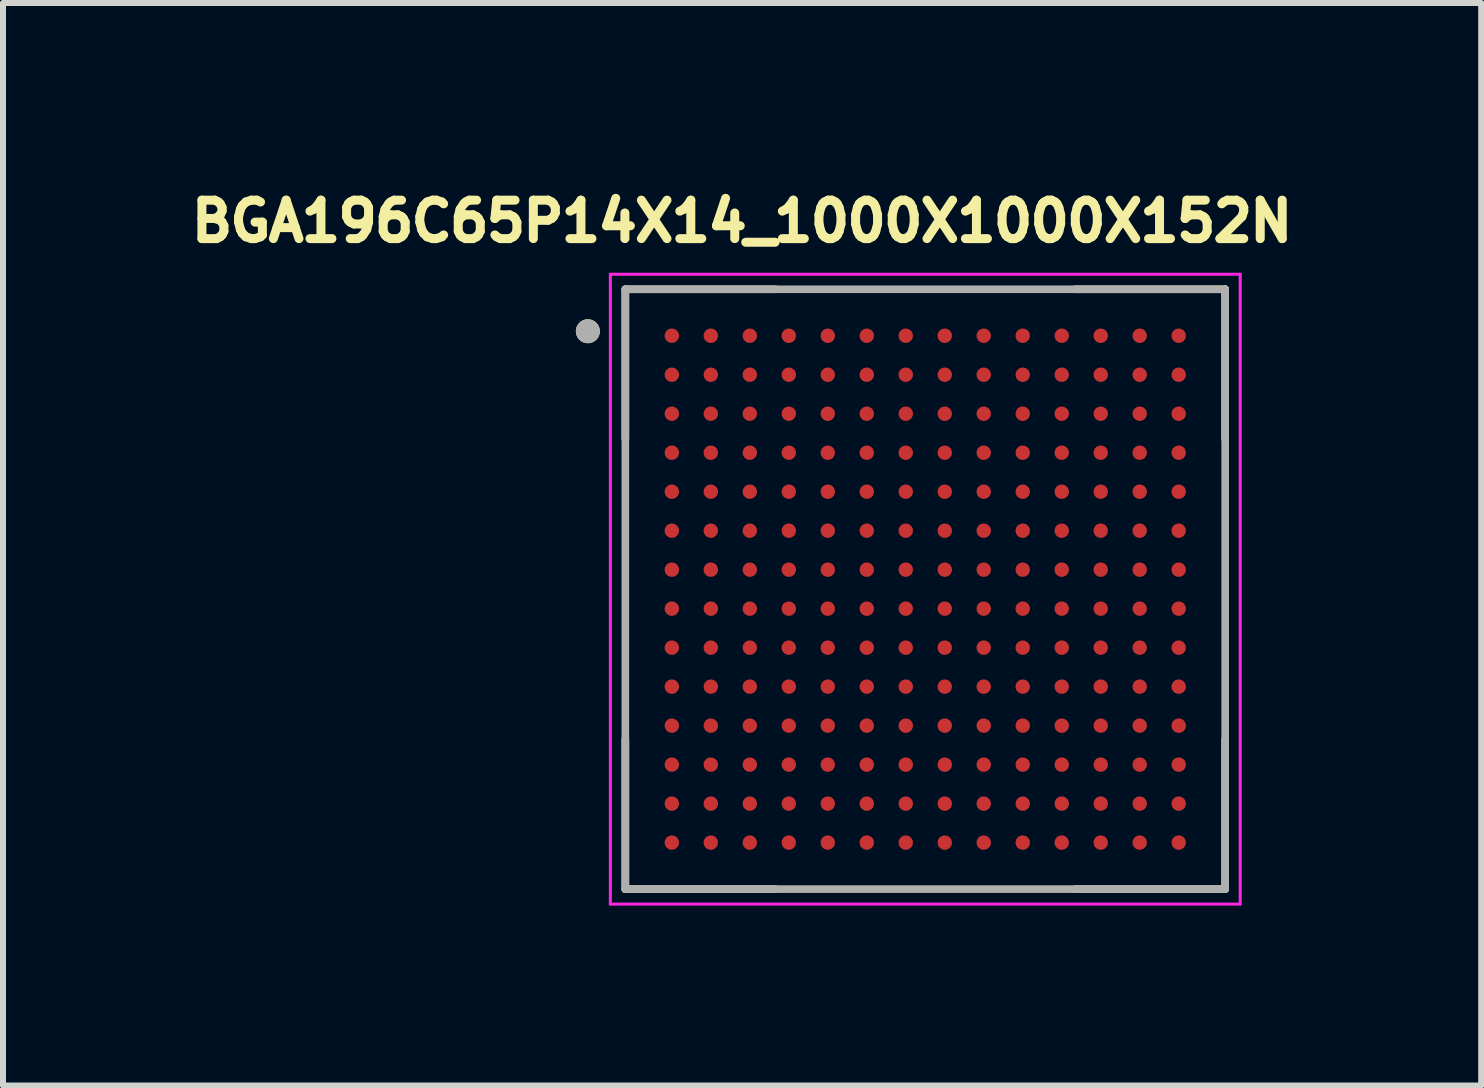
<source format=kicad_pcb>
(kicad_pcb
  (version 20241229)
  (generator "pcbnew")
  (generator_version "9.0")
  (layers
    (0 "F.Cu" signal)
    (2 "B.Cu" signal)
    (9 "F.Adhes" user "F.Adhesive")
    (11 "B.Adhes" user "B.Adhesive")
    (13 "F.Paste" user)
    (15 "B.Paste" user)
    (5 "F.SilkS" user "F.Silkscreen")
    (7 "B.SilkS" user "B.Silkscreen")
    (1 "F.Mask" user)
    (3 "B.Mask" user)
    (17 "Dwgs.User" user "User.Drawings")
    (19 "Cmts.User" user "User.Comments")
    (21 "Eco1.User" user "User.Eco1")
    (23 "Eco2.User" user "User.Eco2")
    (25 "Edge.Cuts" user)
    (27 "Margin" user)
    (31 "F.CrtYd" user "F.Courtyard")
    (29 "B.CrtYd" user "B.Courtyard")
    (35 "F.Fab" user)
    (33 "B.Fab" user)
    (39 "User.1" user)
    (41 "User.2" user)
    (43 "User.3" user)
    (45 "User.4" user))
  (footprint "BGA196C65P14X14_1000X1000X152N"
    (layer "F.Cu")
    (at 12.375 6.772)
    (property "Reference" "BGA196C65P14X14_1000X1000X152N" (at -3.054 -6.133 0) (layer "F.SilkS") (effects (font (size 0.641 0.641) (thickness 0.15))))
    (attr through_hole)
    (fp_line (start -5 -5) (end -5 -2.5) (stroke (width 0.127) (type solid)) (layer "F.SilkS"))
    (fp_line (start -5 -5) (end -2.5 -5) (stroke (width 0.127) (type solid)) (layer "F.SilkS"))
    (fp_line (start -5 5) (end -5 2.5) (stroke (width 0.127) (type solid)) (layer "F.SilkS"))
    (fp_line (start -2.5 5) (end -5 5) (stroke (width 0.127) (type solid)) (layer "F.SilkS"))
    (fp_line (start 2.5 -5) (end 5 -5) (stroke (width 0.127) (type solid)) (layer "F.SilkS"))
    (fp_line (start 5 -5) (end 5 -2.5) (stroke (width 0.127) (type solid)) (layer "F.SilkS"))
    (fp_line (start 5 2.5) (end 5 5) (stroke (width 0.127) (type solid)) (layer "F.SilkS"))
    (fp_line (start 5 5) (end 2.5 5) (stroke (width 0.127) (type solid)) (layer "F.SilkS"))
    (fp_circle (center -5.625 -4.3) (end -5.525 -4.3) (stroke (width 0.2) (type solid)) (fill no) (layer "F.SilkS"))
    (fp_line (start -5.25 -5.25) (end -5.25 5.25) (stroke (width 0.05) (type solid)) (layer "F.CrtYd"))
    (fp_line (start -5.25 5.25) (end 5.25 5.25) (stroke (width 0.05) (type solid)) (layer "F.CrtYd"))
    (fp_line (start 5.25 -5.25) (end -5.25 -5.25) (stroke (width 0.05) (type solid)) (layer "F.CrtYd"))
    (fp_line (start 5.25 5.25) (end 5.25 -5.25) (stroke (width 0.05) (type solid)) (layer "F.CrtYd"))
    (fp_line (start -5 -5) (end 5 -5) (stroke (width 0.127) (type solid)) (layer "F.Fab"))
    (fp_line (start -5 5) (end -5 -5) (stroke (width 0.127) (type solid)) (layer "F.Fab"))
    (fp_line (start 5 -5) (end 5 5) (stroke (width 0.127) (type solid)) (layer "F.Fab"))
    (fp_line (start 5 5) (end -5 5) (stroke (width 0.127) (type solid)) (layer "F.Fab"))
    (fp_circle (center -5.625 -4.3) (end -5.525 -4.3) (stroke (width 0.2) (type solid)) (fill no) (layer "F.Fab"))
    (pad "A1" smd circle (at -4.225 -4.225) (size 0.24 0.24) (layers "F.Cu" "F.Mask" "F.Paste"))
    (pad "A2" smd circle (at -3.575 -4.225) (size 0.24 0.24) (layers "F.Cu" "F.Mask" "F.Paste"))
    (pad "A3" smd circle (at -2.925 -4.225) (size 0.24 0.24) (layers "F.Cu" "F.Mask" "F.Paste"))
    (pad "A4" smd circle (at -2.275 -4.225) (size 0.24 0.24) (layers "F.Cu" "F.Mask" "F.Paste"))
    (pad "A5" smd circle (at -1.625 -4.225) (size 0.24 0.24) (layers "F.Cu" "F.Mask" "F.Paste"))
    (pad "A6" smd circle (at -0.975 -4.225) (size 0.24 0.24) (layers "F.Cu" "F.Mask" "F.Paste"))
    (pad "A7" smd circle (at -0.325 -4.225) (size 0.24 0.24) (layers "F.Cu" "F.Mask" "F.Paste"))
    (pad "A8" smd circle (at 0.325 -4.225) (size 0.24 0.24) (layers "F.Cu" "F.Mask" "F.Paste"))
    (pad "A9" smd circle (at 0.975 -4.225) (size 0.24 0.24) (layers "F.Cu" "F.Mask" "F.Paste"))
    (pad "A10" smd circle (at 1.625 -4.225) (size 0.24 0.24) (layers "F.Cu" "F.Mask" "F.Paste"))
    (pad "A11" smd circle (at 2.275 -4.225) (size 0.24 0.24) (layers "F.Cu" "F.Mask" "F.Paste"))
    (pad "A12" smd circle (at 2.925 -4.225) (size 0.24 0.24) (layers "F.Cu" "F.Mask" "F.Paste"))
    (pad "A13" smd circle (at 3.575 -4.225) (size 0.24 0.24) (layers "F.Cu" "F.Mask" "F.Paste"))
    (pad "A14" smd circle (at 4.225 -4.225) (size 0.24 0.24) (layers "F.Cu" "F.Mask" "F.Paste"))
    (pad "B1" smd circle (at -4.225 -3.575) (size 0.24 0.24) (layers "F.Cu" "F.Mask" "F.Paste"))
    (pad "B2" smd circle (at -3.575 -3.575) (size 0.24 0.24) (layers "F.Cu" "F.Mask" "F.Paste"))
    (pad "B3" smd circle (at -2.925 -3.575) (size 0.24 0.24) (layers "F.Cu" "F.Mask" "F.Paste"))
    (pad "B4" smd circle (at -2.275 -3.575) (size 0.24 0.24) (layers "F.Cu" "F.Mask" "F.Paste"))
    (pad "B5" smd circle (at -1.625 -3.575) (size 0.24 0.24) (layers "F.Cu" "F.Mask" "F.Paste"))
    (pad "B6" smd circle (at -0.975 -3.575) (size 0.24 0.24) (layers "F.Cu" "F.Mask" "F.Paste"))
    (pad "B7" smd circle (at -0.325 -3.575) (size 0.24 0.24) (layers "F.Cu" "F.Mask" "F.Paste"))
    (pad "B8" smd circle (at 0.325 -3.575) (size 0.24 0.24) (layers "F.Cu" "F.Mask" "F.Paste"))
    (pad "B9" smd circle (at 0.975 -3.575) (size 0.24 0.24) (layers "F.Cu" "F.Mask" "F.Paste"))
    (pad "B10" smd circle (at 1.625 -3.575) (size 0.24 0.24) (layers "F.Cu" "F.Mask" "F.Paste"))
    (pad "B11" smd circle (at 2.275 -3.575) (size 0.24 0.24) (layers "F.Cu" "F.Mask" "F.Paste"))
    (pad "B12" smd circle (at 2.925 -3.575) (size 0.24 0.24) (layers "F.Cu" "F.Mask" "F.Paste"))
    (pad "B13" smd circle (at 3.575 -3.575) (size 0.24 0.24) (layers "F.Cu" "F.Mask" "F.Paste"))
    (pad "B14" smd circle (at 4.225 -3.575) (size 0.24 0.24) (layers "F.Cu" "F.Mask" "F.Paste"))
    (pad "C1" smd circle (at -4.225 -2.925) (size 0.24 0.24) (layers "F.Cu" "F.Mask" "F.Paste"))
    (pad "C2" smd circle (at -3.575 -2.925) (size 0.24 0.24) (layers "F.Cu" "F.Mask" "F.Paste"))
    (pad "C3" smd circle (at -2.925 -2.925) (size 0.24 0.24) (layers "F.Cu" "F.Mask" "F.Paste"))
    (pad "C4" smd circle (at -2.275 -2.925) (size 0.24 0.24) (layers "F.Cu" "F.Mask" "F.Paste"))
    (pad "C5" smd circle (at -1.625 -2.925) (size 0.24 0.24) (layers "F.Cu" "F.Mask" "F.Paste"))
    (pad "C6" smd circle (at -0.975 -2.925) (size 0.24 0.24) (layers "F.Cu" "F.Mask" "F.Paste"))
    (pad "C7" smd circle (at -0.325 -2.925) (size 0.24 0.24) (layers "F.Cu" "F.Mask" "F.Paste"))
    (pad "C8" smd circle (at 0.325 -2.925) (size 0.24 0.24) (layers "F.Cu" "F.Mask" "F.Paste"))
    (pad "C9" smd circle (at 0.975 -2.925) (size 0.24 0.24) (layers "F.Cu" "F.Mask" "F.Paste"))
    (pad "C10" smd circle (at 1.625 -2.925) (size 0.24 0.24) (layers "F.Cu" "F.Mask" "F.Paste"))
    (pad "C11" smd circle (at 2.275 -2.925) (size 0.24 0.24) (layers "F.Cu" "F.Mask" "F.Paste"))
    (pad "C12" smd circle (at 2.925 -2.925) (size 0.24 0.24) (layers "F.Cu" "F.Mask" "F.Paste"))
    (pad "C13" smd circle (at 3.575 -2.925) (size 0.24 0.24) (layers "F.Cu" "F.Mask" "F.Paste"))
    (pad "C14" smd circle (at 4.225 -2.925) (size 0.24 0.24) (layers "F.Cu" "F.Mask" "F.Paste"))
    (pad "D1" smd circle (at -4.225 -2.275) (size 0.24 0.24) (layers "F.Cu" "F.Mask" "F.Paste"))
    (pad "D2" smd circle (at -3.575 -2.275) (size 0.24 0.24) (layers "F.Cu" "F.Mask" "F.Paste"))
    (pad "D3" smd circle (at -2.925 -2.275) (size 0.24 0.24) (layers "F.Cu" "F.Mask" "F.Paste"))
    (pad "D4" smd circle (at -2.275 -2.275) (size 0.24 0.24) (layers "F.Cu" "F.Mask" "F.Paste"))
    (pad "D5" smd circle (at -1.625 -2.275) (size 0.24 0.24) (layers "F.Cu" "F.Mask" "F.Paste"))
    (pad "D6" smd circle (at -0.975 -2.275) (size 0.24 0.24) (layers "F.Cu" "F.Mask" "F.Paste"))
    (pad "D7" smd circle (at -0.325 -2.275) (size 0.24 0.24) (layers "F.Cu" "F.Mask" "F.Paste"))
    (pad "D8" smd circle (at 0.325 -2.275) (size 0.24 0.24) (layers "F.Cu" "F.Mask" "F.Paste"))
    (pad "D9" smd circle (at 0.975 -2.275) (size 0.24 0.24) (layers "F.Cu" "F.Mask" "F.Paste"))
    (pad "D10" smd circle (at 1.625 -2.275) (size 0.24 0.24) (layers "F.Cu" "F.Mask" "F.Paste"))
    (pad "D11" smd circle (at 2.275 -2.275) (size 0.24 0.24) (layers "F.Cu" "F.Mask" "F.Paste"))
    (pad "D12" smd circle (at 2.925 -2.275) (size 0.24 0.24) (layers "F.Cu" "F.Mask" "F.Paste"))
    (pad "D13" smd circle (at 3.575 -2.275) (size 0.24 0.24) (layers "F.Cu" "F.Mask" "F.Paste"))
    (pad "D14" smd circle (at 4.225 -2.275) (size 0.24 0.24) (layers "F.Cu" "F.Mask" "F.Paste"))
    (pad "E1" smd circle (at -4.225 -1.625) (size 0.24 0.24) (layers "F.Cu" "F.Mask" "F.Paste"))
    (pad "E2" smd circle (at -3.575 -1.625) (size 0.24 0.24) (layers "F.Cu" "F.Mask" "F.Paste"))
    (pad "E3" smd circle (at -2.925 -1.625) (size 0.24 0.24) (layers "F.Cu" "F.Mask" "F.Paste"))
    (pad "E4" smd circle (at -2.275 -1.625) (size 0.24 0.24) (layers "F.Cu" "F.Mask" "F.Paste"))
    (pad "E5" smd circle (at -1.625 -1.625) (size 0.24 0.24) (layers "F.Cu" "F.Mask" "F.Paste"))
    (pad "E6" smd circle (at -0.975 -1.625) (size 0.24 0.24) (layers "F.Cu" "F.Mask" "F.Paste"))
    (pad "E7" smd circle (at -0.325 -1.625) (size 0.24 0.24) (layers "F.Cu" "F.Mask" "F.Paste"))
    (pad "E8" smd circle (at 0.325 -1.625) (size 0.24 0.24) (layers "F.Cu" "F.Mask" "F.Paste"))
    (pad "E9" smd circle (at 0.975 -1.625) (size 0.24 0.24) (layers "F.Cu" "F.Mask" "F.Paste"))
    (pad "E10" smd circle (at 1.625 -1.625) (size 0.24 0.24) (layers "F.Cu" "F.Mask" "F.Paste"))
    (pad "E11" smd circle (at 2.275 -1.625) (size 0.24 0.24) (layers "F.Cu" "F.Mask" "F.Paste"))
    (pad "E12" smd circle (at 2.925 -1.625) (size 0.24 0.24) (layers "F.Cu" "F.Mask" "F.Paste"))
    (pad "E13" smd circle (at 3.575 -1.625) (size 0.24 0.24) (layers "F.Cu" "F.Mask" "F.Paste"))
    (pad "E14" smd circle (at 4.225 -1.625) (size 0.24 0.24) (layers "F.Cu" "F.Mask" "F.Paste"))
    (pad "F1" smd circle (at -4.225 -0.975) (size 0.24 0.24) (layers "F.Cu" "F.Mask" "F.Paste"))
    (pad "F2" smd circle (at -3.575 -0.975) (size 0.24 0.24) (layers "F.Cu" "F.Mask" "F.Paste"))
    (pad "F3" smd circle (at -2.925 -0.975) (size 0.24 0.24) (layers "F.Cu" "F.Mask" "F.Paste"))
    (pad "F4" smd circle (at -2.275 -0.975) (size 0.24 0.24) (layers "F.Cu" "F.Mask" "F.Paste"))
    (pad "F5" smd circle (at -1.625 -0.975) (size 0.24 0.24) (layers "F.Cu" "F.Mask" "F.Paste"))
    (pad "F6" smd circle (at -0.975 -0.975) (size 0.24 0.24) (layers "F.Cu" "F.Mask" "F.Paste"))
    (pad "F7" smd circle (at -0.325 -0.975) (size 0.24 0.24) (layers "F.Cu" "F.Mask" "F.Paste"))
    (pad "F8" smd circle (at 0.325 -0.975) (size 0.24 0.24) (layers "F.Cu" "F.Mask" "F.Paste"))
    (pad "F9" smd circle (at 0.975 -0.975) (size 0.24 0.24) (layers "F.Cu" "F.Mask" "F.Paste"))
    (pad "F10" smd circle (at 1.625 -0.975) (size 0.24 0.24) (layers "F.Cu" "F.Mask" "F.Paste"))
    (pad "F11" smd circle (at 2.275 -0.975) (size 0.24 0.24) (layers "F.Cu" "F.Mask" "F.Paste"))
    (pad "F12" smd circle (at 2.925 -0.975) (size 0.24 0.24) (layers "F.Cu" "F.Mask" "F.Paste"))
    (pad "F13" smd circle (at 3.575 -0.975) (size 0.24 0.24) (layers "F.Cu" "F.Mask" "F.Paste"))
    (pad "F14" smd circle (at 4.225 -0.975) (size 0.24 0.24) (layers "F.Cu" "F.Mask" "F.Paste"))
    (pad "G1" smd circle (at -4.225 -0.325) (size 0.24 0.24) (layers "F.Cu" "F.Mask" "F.Paste"))
    (pad "G2" smd circle (at -3.575 -0.325) (size 0.24 0.24) (layers "F.Cu" "F.Mask" "F.Paste"))
    (pad "G3" smd circle (at -2.925 -0.325) (size 0.24 0.24) (layers "F.Cu" "F.Mask" "F.Paste"))
    (pad "G4" smd circle (at -2.275 -0.325) (size 0.24 0.24) (layers "F.Cu" "F.Mask" "F.Paste"))
    (pad "G5" smd circle (at -1.625 -0.325) (size 0.24 0.24) (layers "F.Cu" "F.Mask" "F.Paste"))
    (pad "G6" smd circle (at -0.975 -0.325) (size 0.24 0.24) (layers "F.Cu" "F.Mask" "F.Paste"))
    (pad "G7" smd circle (at -0.325 -0.325) (size 0.24 0.24) (layers "F.Cu" "F.Mask" "F.Paste"))
    (pad "G8" smd circle (at 0.325 -0.325) (size 0.24 0.24) (layers "F.Cu" "F.Mask" "F.Paste"))
    (pad "G9" smd circle (at 0.975 -0.325) (size 0.24 0.24) (layers "F.Cu" "F.Mask" "F.Paste"))
    (pad "G10" smd circle (at 1.625 -0.325) (size 0.24 0.24) (layers "F.Cu" "F.Mask" "F.Paste"))
    (pad "G11" smd circle (at 2.275 -0.325) (size 0.24 0.24) (layers "F.Cu" "F.Mask" "F.Paste"))
    (pad "G12" smd circle (at 2.925 -0.325) (size 0.24 0.24) (layers "F.Cu" "F.Mask" "F.Paste"))
    (pad "G13" smd circle (at 3.575 -0.325) (size 0.24 0.24) (layers "F.Cu" "F.Mask" "F.Paste"))
    (pad "G14" smd circle (at 4.225 -0.325) (size 0.24 0.24) (layers "F.Cu" "F.Mask" "F.Paste"))
    (pad "H1" smd circle (at -4.225 0.325) (size 0.24 0.24) (layers "F.Cu" "F.Mask" "F.Paste"))
    (pad "H2" smd circle (at -3.575 0.325) (size 0.24 0.24) (layers "F.Cu" "F.Mask" "F.Paste"))
    (pad "H3" smd circle (at -2.925 0.325) (size 0.24 0.24) (layers "F.Cu" "F.Mask" "F.Paste"))
    (pad "H4" smd circle (at -2.275 0.325) (size 0.24 0.24) (layers "F.Cu" "F.Mask" "F.Paste"))
    (pad "H5" smd circle (at -1.625 0.325) (size 0.24 0.24) (layers "F.Cu" "F.Mask" "F.Paste"))
    (pad "H6" smd circle (at -0.975 0.325) (size 0.24 0.24) (layers "F.Cu" "F.Mask" "F.Paste"))
    (pad "H7" smd circle (at -0.325 0.325) (size 0.24 0.24) (layers "F.Cu" "F.Mask" "F.Paste"))
    (pad "H8" smd circle (at 0.325 0.325) (size 0.24 0.24) (layers "F.Cu" "F.Mask" "F.Paste"))
    (pad "H9" smd circle (at 0.975 0.325) (size 0.24 0.24) (layers "F.Cu" "F.Mask" "F.Paste"))
    (pad "H10" smd circle (at 1.625 0.325) (size 0.24 0.24) (layers "F.Cu" "F.Mask" "F.Paste"))
    (pad "H11" smd circle (at 2.275 0.325) (size 0.24 0.24) (layers "F.Cu" "F.Mask" "F.Paste"))
    (pad "H12" smd circle (at 2.925 0.325) (size 0.24 0.24) (layers "F.Cu" "F.Mask" "F.Paste"))
    (pad "H13" smd circle (at 3.575 0.325) (size 0.24 0.24) (layers "F.Cu" "F.Mask" "F.Paste"))
    (pad "H14" smd circle (at 4.225 0.325) (size 0.24 0.24) (layers "F.Cu" "F.Mask" "F.Paste"))
    (pad "J1" smd circle (at -4.225 0.975) (size 0.24 0.24) (layers "F.Cu" "F.Mask" "F.Paste"))
    (pad "J2" smd circle (at -3.575 0.975) (size 0.24 0.24) (layers "F.Cu" "F.Mask" "F.Paste"))
    (pad "J3" smd circle (at -2.925 0.975) (size 0.24 0.24) (layers "F.Cu" "F.Mask" "F.Paste"))
    (pad "J4" smd circle (at -2.275 0.975) (size 0.24 0.24) (layers "F.Cu" "F.Mask" "F.Paste"))
    (pad "J5" smd circle (at -1.625 0.975) (size 0.24 0.24) (layers "F.Cu" "F.Mask" "F.Paste"))
    (pad "J6" smd circle (at -0.975 0.975) (size 0.24 0.24) (layers "F.Cu" "F.Mask" "F.Paste"))
    (pad "J7" smd circle (at -0.325 0.975) (size 0.24 0.24) (layers "F.Cu" "F.Mask" "F.Paste"))
    (pad "J8" smd circle (at 0.325 0.975) (size 0.24 0.24) (layers "F.Cu" "F.Mask" "F.Paste"))
    (pad "J9" smd circle (at 0.975 0.975) (size 0.24 0.24) (layers "F.Cu" "F.Mask" "F.Paste"))
    (pad "J10" smd circle (at 1.625 0.975) (size 0.24 0.24) (layers "F.Cu" "F.Mask" "F.Paste"))
    (pad "J11" smd circle (at 2.275 0.975) (size 0.24 0.24) (layers "F.Cu" "F.Mask" "F.Paste"))
    (pad "J12" smd circle (at 2.925 0.975) (size 0.24 0.24) (layers "F.Cu" "F.Mask" "F.Paste"))
    (pad "J13" smd circle (at 3.575 0.975) (size 0.24 0.24) (layers "F.Cu" "F.Mask" "F.Paste"))
    (pad "J14" smd circle (at 4.225 0.975) (size 0.24 0.24) (layers "F.Cu" "F.Mask" "F.Paste"))
    (pad "K1" smd circle (at -4.225 1.625) (size 0.24 0.24) (layers "F.Cu" "F.Mask" "F.Paste"))
    (pad "K2" smd circle (at -3.575 1.625) (size 0.24 0.24) (layers "F.Cu" "F.Mask" "F.Paste"))
    (pad "K3" smd circle (at -2.925 1.625) (size 0.24 0.24) (layers "F.Cu" "F.Mask" "F.Paste"))
    (pad "K4" smd circle (at -2.275 1.625) (size 0.24 0.24) (layers "F.Cu" "F.Mask" "F.Paste"))
    (pad "K5" smd circle (at -1.625 1.625) (size 0.24 0.24) (layers "F.Cu" "F.Mask" "F.Paste"))
    (pad "K6" smd circle (at -0.975 1.625) (size 0.24 0.24) (layers "F.Cu" "F.Mask" "F.Paste"))
    (pad "K7" smd circle (at -0.325 1.625) (size 0.24 0.24) (layers "F.Cu" "F.Mask" "F.Paste"))
    (pad "K8" smd circle (at 0.325 1.625) (size 0.24 0.24) (layers "F.Cu" "F.Mask" "F.Paste"))
    (pad "K9" smd circle (at 0.975 1.625) (size 0.24 0.24) (layers "F.Cu" "F.Mask" "F.Paste"))
    (pad "K10" smd circle (at 1.625 1.625) (size 0.24 0.24) (layers "F.Cu" "F.Mask" "F.Paste"))
    (pad "K11" smd circle (at 2.275 1.625) (size 0.24 0.24) (layers "F.Cu" "F.Mask" "F.Paste"))
    (pad "K12" smd circle (at 2.925 1.625) (size 0.24 0.24) (layers "F.Cu" "F.Mask" "F.Paste"))
    (pad "K13" smd circle (at 3.575 1.625) (size 0.24 0.24) (layers "F.Cu" "F.Mask" "F.Paste"))
    (pad "K14" smd circle (at 4.225 1.625) (size 0.24 0.24) (layers "F.Cu" "F.Mask" "F.Paste"))
    (pad "L1" smd circle (at -4.225 2.275) (size 0.24 0.24) (layers "F.Cu" "F.Mask" "F.Paste"))
    (pad "L2" smd circle (at -3.575 2.275) (size 0.24 0.24) (layers "F.Cu" "F.Mask" "F.Paste"))
    (pad "L3" smd circle (at -2.925 2.275) (size 0.24 0.24) (layers "F.Cu" "F.Mask" "F.Paste"))
    (pad "L4" smd circle (at -2.275 2.275) (size 0.24 0.24) (layers "F.Cu" "F.Mask" "F.Paste"))
    (pad "L5" smd circle (at -1.625 2.275) (size 0.24 0.24) (layers "F.Cu" "F.Mask" "F.Paste"))
    (pad "L6" smd circle (at -0.975 2.275) (size 0.24 0.24) (layers "F.Cu" "F.Mask" "F.Paste"))
    (pad "L7" smd circle (at -0.325 2.275) (size 0.24 0.24) (layers "F.Cu" "F.Mask" "F.Paste"))
    (pad "L8" smd circle (at 0.325 2.275) (size 0.24 0.24) (layers "F.Cu" "F.Mask" "F.Paste"))
    (pad "L9" smd circle (at 0.975 2.275) (size 0.24 0.24) (layers "F.Cu" "F.Mask" "F.Paste"))
    (pad "L10" smd circle (at 1.625 2.275) (size 0.24 0.24) (layers "F.Cu" "F.Mask" "F.Paste"))
    (pad "L11" smd circle (at 2.275 2.275) (size 0.24 0.24) (layers "F.Cu" "F.Mask" "F.Paste"))
    (pad "L12" smd circle (at 2.925 2.275) (size 0.24 0.24) (layers "F.Cu" "F.Mask" "F.Paste"))
    (pad "L13" smd circle (at 3.575 2.275) (size 0.24 0.24) (layers "F.Cu" "F.Mask" "F.Paste"))
    (pad "L14" smd circle (at 4.225 2.275) (size 0.24 0.24) (layers "F.Cu" "F.Mask" "F.Paste"))
    (pad "M1" smd circle (at -4.225 2.925) (size 0.24 0.24) (layers "F.Cu" "F.Mask" "F.Paste"))
    (pad "M2" smd circle (at -3.575 2.925) (size 0.24 0.24) (layers "F.Cu" "F.Mask" "F.Paste"))
    (pad "M3" smd circle (at -2.925 2.925) (size 0.24 0.24) (layers "F.Cu" "F.Mask" "F.Paste"))
    (pad "M4" smd circle (at -2.275 2.925) (size 0.24 0.24) (layers "F.Cu" "F.Mask" "F.Paste"))
    (pad "M5" smd circle (at -1.625 2.925) (size 0.24 0.24) (layers "F.Cu" "F.Mask" "F.Paste"))
    (pad "M6" smd circle (at -0.975 2.925) (size 0.24 0.24) (layers "F.Cu" "F.Mask" "F.Paste"))
    (pad "M7" smd circle (at -0.325 2.925) (size 0.24 0.24) (layers "F.Cu" "F.Mask" "F.Paste"))
    (pad "M8" smd circle (at 0.325 2.925) (size 0.24 0.24) (layers "F.Cu" "F.Mask" "F.Paste"))
    (pad "M9" smd circle (at 0.975 2.925) (size 0.24 0.24) (layers "F.Cu" "F.Mask" "F.Paste"))
    (pad "M10" smd circle (at 1.625 2.925) (size 0.24 0.24) (layers "F.Cu" "F.Mask" "F.Paste"))
    (pad "M11" smd circle (at 2.275 2.925) (size 0.24 0.24) (layers "F.Cu" "F.Mask" "F.Paste"))
    (pad "M12" smd circle (at 2.925 2.925) (size 0.24 0.24) (layers "F.Cu" "F.Mask" "F.Paste"))
    (pad "M13" smd circle (at 3.575 2.925) (size 0.24 0.24) (layers "F.Cu" "F.Mask" "F.Paste"))
    (pad "M14" smd circle (at 4.225 2.925) (size 0.24 0.24) (layers "F.Cu" "F.Mask" "F.Paste"))
    (pad "N1" smd circle (at -4.225 3.575) (size 0.24 0.24) (layers "F.Cu" "F.Mask" "F.Paste"))
    (pad "N2" smd circle (at -3.575 3.575) (size 0.24 0.24) (layers "F.Cu" "F.Mask" "F.Paste"))
    (pad "N3" smd circle (at -2.925 3.575) (size 0.24 0.24) (layers "F.Cu" "F.Mask" "F.Paste"))
    (pad "N4" smd circle (at -2.275 3.575) (size 0.24 0.24) (layers "F.Cu" "F.Mask" "F.Paste"))
    (pad "N5" smd circle (at -1.625 3.575) (size 0.24 0.24) (layers "F.Cu" "F.Mask" "F.Paste"))
    (pad "N6" smd circle (at -0.975 3.575) (size 0.24 0.24) (layers "F.Cu" "F.Mask" "F.Paste"))
    (pad "N7" smd circle (at -0.325 3.575) (size 0.24 0.24) (layers "F.Cu" "F.Mask" "F.Paste"))
    (pad "N8" smd circle (at 0.325 3.575) (size 0.24 0.24) (layers "F.Cu" "F.Mask" "F.Paste"))
    (pad "N9" smd circle (at 0.975 3.575) (size 0.24 0.24) (layers "F.Cu" "F.Mask" "F.Paste"))
    (pad "N10" smd circle (at 1.625 3.575) (size 0.24 0.24) (layers "F.Cu" "F.Mask" "F.Paste"))
    (pad "N11" smd circle (at 2.275 3.575) (size 0.24 0.24) (layers "F.Cu" "F.Mask" "F.Paste"))
    (pad "N12" smd circle (at 2.925 3.575) (size 0.24 0.24) (layers "F.Cu" "F.Mask" "F.Paste"))
    (pad "N13" smd circle (at 3.575 3.575) (size 0.24 0.24) (layers "F.Cu" "F.Mask" "F.Paste"))
    (pad "N14" smd circle (at 4.225 3.575) (size 0.24 0.24) (layers "F.Cu" "F.Mask" "F.Paste"))
    (pad "P1" smd circle (at -4.225 4.225) (size 0.24 0.24) (layers "F.Cu" "F.Mask" "F.Paste"))
    (pad "P2" smd circle (at -3.575 4.225) (size 0.24 0.24) (layers "F.Cu" "F.Mask" "F.Paste"))
    (pad "P3" smd circle (at -2.925 4.225) (size 0.24 0.24) (layers "F.Cu" "F.Mask" "F.Paste"))
    (pad "P4" smd circle (at -2.275 4.225) (size 0.24 0.24) (layers "F.Cu" "F.Mask" "F.Paste"))
    (pad "P5" smd circle (at -1.625 4.225) (size 0.24 0.24) (layers "F.Cu" "F.Mask" "F.Paste"))
    (pad "P6" smd circle (at -0.975 4.225) (size 0.24 0.24) (layers "F.Cu" "F.Mask" "F.Paste"))
    (pad "P7" smd circle (at -0.325 4.225) (size 0.24 0.24) (layers "F.Cu" "F.Mask" "F.Paste"))
    (pad "P8" smd circle (at 0.325 4.225) (size 0.24 0.24) (layers "F.Cu" "F.Mask" "F.Paste"))
    (pad "P9" smd circle (at 0.975 4.225) (size 0.24 0.24) (layers "F.Cu" "F.Mask" "F.Paste"))
    (pad "P10" smd circle (at 1.625 4.225) (size 0.24 0.24) (layers "F.Cu" "F.Mask" "F.Paste"))
    (pad "P11" smd circle (at 2.275 4.225) (size 0.24 0.24) (layers "F.Cu" "F.Mask" "F.Paste"))
    (pad "P12" smd circle (at 2.925 4.225) (size 0.24 0.24) (layers "F.Cu" "F.Mask" "F.Paste"))
    (pad "P13" smd circle (at 3.575 4.225) (size 0.24 0.24) (layers "F.Cu" "F.Mask" "F.Paste"))
    (pad "P14" smd circle (at 4.225 4.225) (size 0.24 0.24) (layers "F.Cu" "F.Mask" "F.Paste")))
  (gr_rect
    (start -3 -3)
    (end 21.643 15.047)
    (stroke (width 0.1) (type default))
    (fill no)
    (layer "Edge.Cuts")))
</source>
